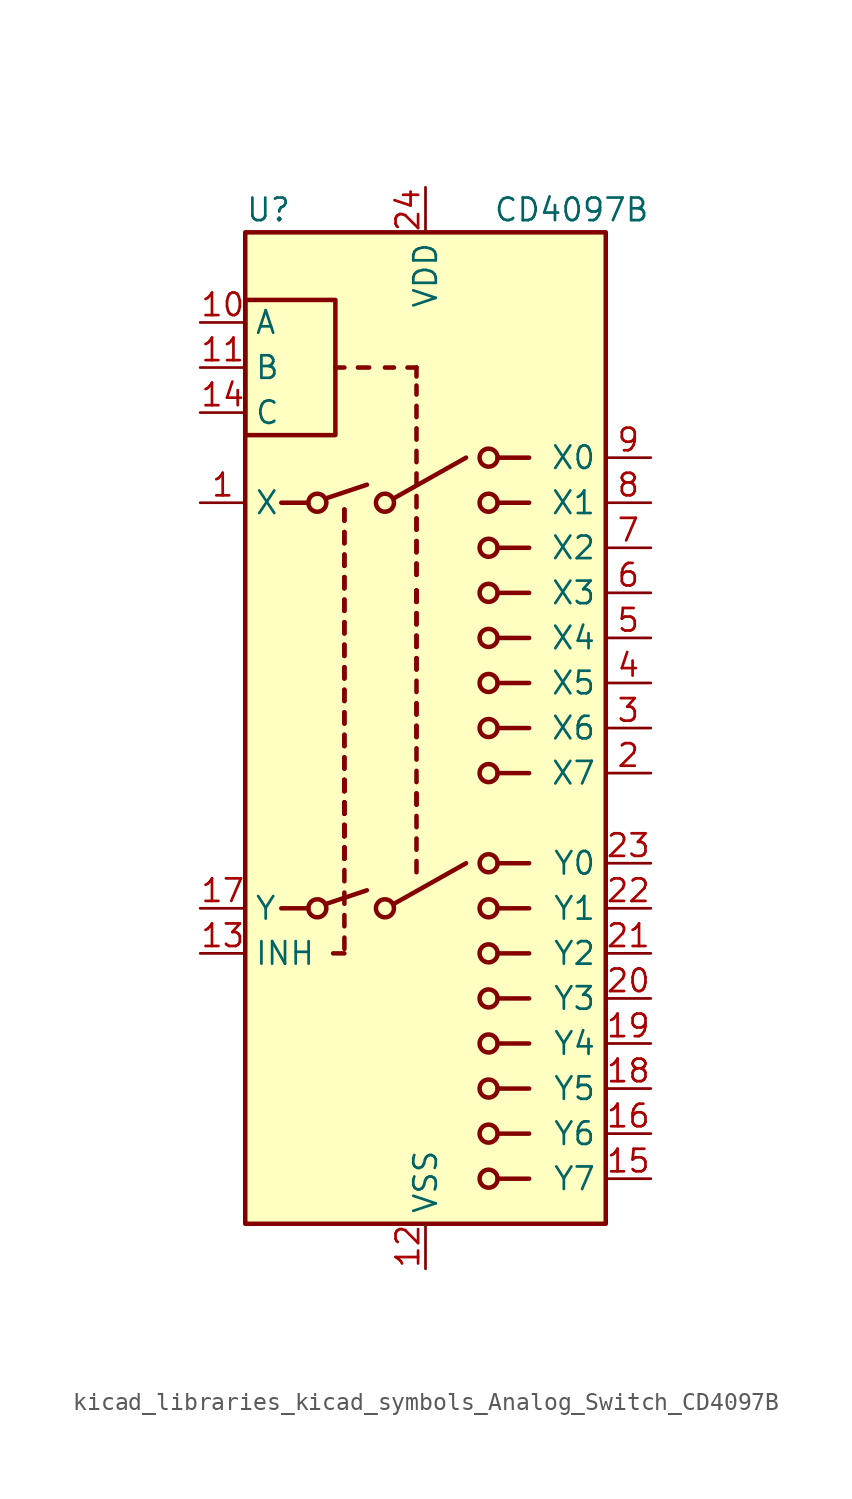
<source format=kicad_sym>
(kicad_symbol_lib
  (version 20220914)
  (generator kicad_symbol_editor)
  (symbol "kicad_libraries_kicad_symbols_Analog_Switch_CD4097B"
    (property "Reference" "U"
      (at -10.16 29.21 0)
      (effects (font (size 1.27 1.27)) (justify left)))
    (property "Value" "CD4097B"
      (at 3.81 29.21 0)
      (effects (font (size 1.27 1.27)) (justify left)))
    (symbol "kicad_libraries_kicad_symbols_Analog_Switch_CD4097B_0_1"
      (rectangle (start -10.16 24.13) (end -5.08 16.51) (stroke (width 0.254) (type default)) (fill (type none)))
      (rectangle (start -10.16 27.94) (end 10.16 -27.94) (stroke (width 0.254) (type default)) (fill (type background)))
      (circle (center -6.096 -10.16) (radius 0.508) (stroke (width 0.254) (type default)) (fill (type none)))
      (circle (center -6.096 12.7) (radius 0.508) (stroke (width 0.254) (type default)) (fill (type none)))
      (circle (center -2.286 -10.16) (radius 0.508) (stroke (width 0.254) (type default)) (fill (type none)))
      (circle (center -2.286 12.7) (radius 0.508) (stroke (width 0.254) (type default)) (fill (type none)))
      (polyline (pts (xy -8.128 -10.16) (xy -6.604 -10.16)) (stroke (width 0.254) (type default)) (fill (type none)))
      (polyline (pts (xy -8.128 12.7) (xy -6.604 12.7)) (stroke (width 0.254) (type default)) (fill (type none)))
      (polyline (pts (xy -5.588 -9.906) (xy -3.302 -9.144)) (stroke (width 0.254) (type default)) (fill (type none)))
      (polyline (pts (xy -5.588 12.954) (xy -3.302 13.716)) (stroke (width 0.254) (type default)) (fill (type none)))
      (polyline (pts (xy -4.572 -12.7) (xy -5.207 -12.7)) (stroke (width 0.254) (type default)) (fill (type none)))
      (polyline (pts (xy -4.572 -12.446) (xy -4.572 -11.811)) (stroke (width 0.254) (type default)) (fill (type none)))
      (polyline (pts (xy -4.572 -11.176) (xy -4.572 -10.541)) (stroke (width 0.254) (type default)) (fill (type none)))
      (polyline (pts (xy -4.572 -7.366) (xy -4.572 -6.731)) (stroke (width 0.254) (type default)) (fill (type none)))
      (polyline (pts (xy -4.572 -7.366) (xy -4.572 -6.731)) (stroke (width 0.254) (type default)) (fill (type none)))
      (polyline (pts (xy -4.572 -7.366) (xy -4.572 -6.731)) (stroke (width 0.254) (type default)) (fill (type none)))
      (polyline (pts (xy -4.572 -7.366) (xy -4.572 -6.731)) (stroke (width 0.254) (type default)) (fill (type none)))
      (polyline (pts (xy -4.572 -6.096) (xy -4.572 -5.461)) (stroke (width 0.254) (type default)) (fill (type none)))
      (polyline (pts (xy -4.572 -6.096) (xy -4.572 -5.461)) (stroke (width 0.254) (type default)) (fill (type none)))
      (polyline (pts (xy -4.572 -6.096) (xy -4.572 -5.461)) (stroke (width 0.254) (type default)) (fill (type none)))
      (polyline (pts (xy -4.572 -6.096) (xy -4.572 -5.461)) (stroke (width 0.254) (type default)) (fill (type none)))
      (polyline (pts (xy -4.572 -4.826) (xy -4.572 -4.191)) (stroke (width 0.254) (type default)) (fill (type none)))
      (polyline (pts (xy -4.572 -4.826) (xy -4.572 -4.191)) (stroke (width 0.254) (type default)) (fill (type none)))
      (polyline (pts (xy -4.572 -4.826) (xy -4.572 -4.191)) (stroke (width 0.254) (type default)) (fill (type none)))
      (polyline (pts (xy -4.572 -4.826) (xy -4.572 -4.191)) (stroke (width 0.254) (type default)) (fill (type none)))
      (polyline (pts (xy -4.572 -3.556) (xy -4.572 -2.921)) (stroke (width 0.254) (type default)) (fill (type none)))
      (polyline (pts (xy -4.572 -3.556) (xy -4.572 -2.921)) (stroke (width 0.254) (type default)) (fill (type none)))
      (polyline (pts (xy -4.572 -3.556) (xy -4.572 -2.921)) (stroke (width 0.254) (type default)) (fill (type none)))
      (polyline (pts (xy -4.572 -3.556) (xy -4.572 -2.921)) (stroke (width 0.254) (type default)) (fill (type none)))
      (polyline (pts (xy -4.572 -2.286) (xy -4.572 -1.651)) (stroke (width 0.254) (type default)) (fill (type none)))
      (polyline (pts (xy -4.572 -2.286) (xy -4.572 -1.651)) (stroke (width 0.254) (type default)) (fill (type none)))
      (polyline (pts (xy -4.572 -1.016) (xy -4.572 -0.381)) (stroke (width 0.254) (type default)) (fill (type none)))
      (polyline (pts (xy -4.572 -1.016) (xy -4.572 -0.381)) (stroke (width 0.254) (type default)) (fill (type none)))
      (polyline (pts (xy -4.572 0.254) (xy -4.572 0.889)) (stroke (width 0.254) (type default)) (fill (type none)))
      (polyline (pts (xy -4.572 0.254) (xy -4.572 0.889)) (stroke (width 0.254) (type default)) (fill (type none)))
      (polyline (pts (xy -4.572 1.524) (xy -4.572 2.159)) (stroke (width 0.254) (type default)) (fill (type none)))
      (polyline (pts (xy -4.572 1.524) (xy -4.572 2.159)) (stroke (width 0.254) (type default)) (fill (type none)))
      (polyline (pts (xy -4.572 2.794) (xy -4.572 3.429)) (stroke (width 0.254) (type default)) (fill (type none)))
      (polyline (pts (xy -4.572 2.794) (xy -4.572 3.429)) (stroke (width 0.254) (type default)) (fill (type none)))
      (polyline (pts (xy -4.572 4.064) (xy -4.572 4.699)) (stroke (width 0.254) (type default)) (fill (type none)))
      (polyline (pts (xy -4.572 4.064) (xy -4.572 4.699)) (stroke (width 0.254) (type default)) (fill (type none)))
      (polyline (pts (xy -4.572 5.334) (xy -4.572 5.969)) (stroke (width 0.254) (type default)) (fill (type none)))
      (polyline (pts (xy -4.572 5.334) (xy -4.572 5.969)) (stroke (width 0.254) (type default)) (fill (type none)))
      (polyline (pts (xy -4.572 6.604) (xy -4.572 7.239)) (stroke (width 0.254) (type default)) (fill (type none)))
      (polyline (pts (xy -4.572 6.604) (xy -4.572 7.239)) (stroke (width 0.254) (type default)) (fill (type none)))
      (polyline (pts (xy -4.572 7.874) (xy -4.572 8.509)) (stroke (width 0.254) (type default)) (fill (type none)))
      (polyline (pts (xy -4.572 7.874) (xy -4.572 8.509)) (stroke (width 0.254) (type default)) (fill (type none)))
      (polyline (pts (xy -4.572 9.144) (xy -4.572 9.779)) (stroke (width 0.254) (type default)) (fill (type none)))
      (polyline (pts (xy -4.572 9.144) (xy -4.572 9.779)) (stroke (width 0.254) (type default)) (fill (type none)))
      (polyline (pts (xy -4.572 10.414) (xy -4.572 11.049)) (stroke (width 0.254) (type default)) (fill (type none)))
      (polyline (pts (xy -4.572 10.414) (xy -4.572 11.049)) (stroke (width 0.254) (type default)) (fill (type none)))
      (polyline (pts (xy -4.572 11.684) (xy -4.572 12.319)) (stroke (width 0.254) (type default)) (fill (type none)))
      (polyline (pts (xy -4.572 11.684) (xy -4.572 12.319)) (stroke (width 0.254) (type default)) (fill (type none)))
      (polyline (pts (xy -4.572 20.32) (xy -5.08 20.32)) (stroke (width 0.254) (type default)) (fill (type none)))
      (polyline (pts (xy -3.81 20.32) (xy -3.175 20.32)) (stroke (width 0.254) (type default)) (fill (type none)))
      (polyline (pts (xy -1.778 -9.906) (xy 2.286 -7.62)) (stroke (width 0.254) (type default)) (fill (type none)))
      (polyline (pts (xy -1.778 12.954) (xy 2.286 15.24)) (stroke (width 0.254) (type default)) (fill (type none)))
      (polyline (pts (xy -1.778 20.32) (xy -2.286 20.32)) (stroke (width 0.254) (type default)) (fill (type none)))
      (polyline (pts (xy -0.508 -4.318) (xy -0.508 -3.683)) (stroke (width 0.254) (type default)) (fill (type none)))
      (polyline (pts (xy -0.508 -4.318) (xy -0.508 -3.683)) (stroke (width 0.254) (type default)) (fill (type none)))
      (polyline (pts (xy -0.508 -3.048) (xy -0.508 -2.413)) (stroke (width 0.254) (type default)) (fill (type none)))
      (polyline (pts (xy -0.508 -1.778) (xy -0.508 -1.143)) (stroke (width 0.254) (type default)) (fill (type none)))
      (polyline (pts (xy -0.508 -0.508) (xy -0.508 0.127)) (stroke (width 0.254) (type default)) (fill (type none)))
      (polyline (pts (xy -0.508 -0.508) (xy -0.508 0.127)) (stroke (width 0.254) (type default)) (fill (type none)))
      (polyline (pts (xy -0.508 0.762) (xy -0.508 1.397)) (stroke (width 0.254) (type default)) (fill (type none)))
      (polyline (pts (xy -0.508 0.762) (xy -0.508 1.397)) (stroke (width 0.254) (type default)) (fill (type none)))
      (polyline (pts (xy -0.508 2.032) (xy -0.508 2.667)) (stroke (width 0.254) (type default)) (fill (type none)))
      (polyline (pts (xy -0.508 3.302) (xy -0.508 3.937)) (stroke (width 0.254) (type default)) (fill (type none)))
      (polyline (pts (xy -0.508 3.302) (xy -0.508 3.937)) (stroke (width 0.254) (type default)) (fill (type none)))
      (polyline (pts (xy -0.508 4.572) (xy -0.508 5.207)) (stroke (width 0.254) (type default)) (fill (type none)))
      (polyline (pts (xy -0.508 4.572) (xy -0.508 5.207)) (stroke (width 0.254) (type default)) (fill (type none)))
      (polyline (pts (xy -0.508 5.842) (xy -0.508 6.477)) (stroke (width 0.254) (type default)) (fill (type none)))
      (polyline (pts (xy -0.508 5.842) (xy -0.508 6.477)) (stroke (width 0.254) (type default)) (fill (type none)))
      (polyline (pts (xy -0.508 7.112) (xy -0.508 7.747)) (stroke (width 0.254) (type default)) (fill (type none)))
      (polyline (pts (xy -0.508 7.112) (xy -0.508 7.747)) (stroke (width 0.254) (type default)) (fill (type none)))
      (polyline (pts (xy -0.508 7.112) (xy -0.508 7.747)) (stroke (width 0.254) (type default)) (fill (type none)))
      (polyline (pts (xy -0.508 7.112) (xy -0.508 7.747)) (stroke (width 0.254) (type default)) (fill (type none)))
      (polyline (pts (xy -0.508 8.636) (xy -0.508 9.271)) (stroke (width 0.254) (type default)) (fill (type none)))
      (polyline (pts (xy -0.508 8.636) (xy -0.508 9.271)) (stroke (width 0.254) (type default)) (fill (type none)))
      (polyline (pts (xy -0.508 9.906) (xy -0.508 10.541)) (stroke (width 0.254) (type default)) (fill (type none)))
      (polyline (pts (xy -0.508 9.906) (xy -0.508 10.541)) (stroke (width 0.254) (type default)) (fill (type none)))
      (polyline (pts (xy -0.508 11.176) (xy -0.508 11.811)) (stroke (width 0.254) (type default)) (fill (type none)))
      (polyline (pts (xy -0.508 11.176) (xy -0.508 11.811)) (stroke (width 0.254) (type default)) (fill (type none)))
      (polyline (pts (xy -0.508 12.446) (xy -0.508 13.081)) (stroke (width 0.254) (type default)) (fill (type none)))
      (polyline (pts (xy -0.508 13.716) (xy -0.508 14.351)) (stroke (width 0.254) (type default)) (fill (type none)))
      (polyline (pts (xy -0.508 18.796) (xy -0.508 19.304)) (stroke (width 0.254) (type default)) (fill (type none)))
      (polyline (pts (xy -0.508 19.812) (xy -0.508 20.32)) (stroke (width 0.254) (type default)) (fill (type none)))
      (polyline (pts (xy -0.508 20.32) (xy -1.016 20.32)) (stroke (width 0.254) (type default)) (fill (type none)))
      (polyline (pts (xy 4.064 -25.4) (xy 5.842 -25.4)) (stroke (width 0.254) (type default)) (fill (type none)))
      (polyline (pts (xy 4.064 -15.24) (xy 5.842 -15.24)) (stroke (width 0.254) (type default)) (fill (type none)))
      (polyline (pts (xy 4.064 -12.7) (xy 5.842 -12.7)) (stroke (width 0.254) (type default)) (fill (type none)))
      (polyline (pts (xy 4.064 -10.16) (xy 5.842 -10.16)) (stroke (width 0.254) (type default)) (fill (type none)))
      (polyline (pts (xy 4.064 -7.62) (xy 5.842 -7.62)) (stroke (width 0.254) (type default)) (fill (type none)))
      (polyline (pts (xy 4.064 7.62) (xy 5.842 7.62)) (stroke (width 0.254) (type default)) (fill (type none)))
      (polyline (pts (xy 4.064 10.16) (xy 5.842 10.16)) (stroke (width 0.254) (type default)) (fill (type none)))
      (polyline (pts (xy 4.064 12.7) (xy 5.842 12.7)) (stroke (width 0.254) (type default)) (fill (type none)))
      (polyline (pts (xy 4.064 15.24) (xy 5.842 15.24)) (stroke (width 0.254) (type default)) (fill (type none)))
      (circle (center 3.556 -25.4) (radius 0.508) (stroke (width 0.254) (type default)) (fill (type none)))
      (circle (center 3.556 -15.24) (radius 0.508) (stroke (width 0.254) (type default)) (fill (type none)))
      (circle (center 3.556 -12.7) (radius 0.508) (stroke (width 0.254) (type default)) (fill (type none)))
      (circle (center 3.556 -10.16) (radius 0.508) (stroke (width 0.254) (type default)) (fill (type none)))
      (circle (center 3.556 -7.62) (radius 0.508) (stroke (width 0.254) (type default)) (fill (type none)))
      (circle (center 3.556 7.62) (radius 0.508) (stroke (width 0.254) (type default)) (fill (type none)))
      (circle (center 3.556 10.16) (radius 0.508) (stroke (width 0.254) (type default)) (fill (type none)))
      (circle (center 3.556 12.7) (radius 0.508) (stroke (width 0.254) (type default)) (fill (type none)))
      (circle (center 3.556 15.24) (radius 0.508) (stroke (width 0.254) (type default)) (fill (type none))))
    (symbol "kicad_libraries_kicad_symbols_Analog_Switch_CD4097B_1_1"
      (polyline (pts (xy -4.572 -9.906) (xy -4.572 -9.271)) (stroke (width 0.254) (type default)) (fill (type none)))
      (polyline (pts (xy -4.572 -8.636) (xy -4.572 -8.001)) (stroke (width 0.254) (type default)) (fill (type none)))
      (polyline (pts (xy -0.508 -8.128) (xy -0.508 -7.493)) (stroke (width 0.254) (type default)) (fill (type none)))
      (polyline (pts (xy -0.508 -6.858) (xy -0.508 -6.223)) (stroke (width 0.254) (type default)) (fill (type none)))
      (polyline (pts (xy -0.508 -5.588) (xy -0.508 -4.953)) (stroke (width 0.254) (type default)) (fill (type none)))
      (polyline (pts (xy -0.508 14.986) (xy -0.508 15.621)) (stroke (width 0.254) (type default)) (fill (type none)))
      (polyline (pts (xy -0.508 16.256) (xy -0.508 16.891)) (stroke (width 0.254) (type default)) (fill (type none)))
      (polyline (pts (xy -0.508 17.526) (xy -0.508 18.161)) (stroke (width 0.254) (type default)) (fill (type none)))
      (polyline (pts (xy 4.064 -22.86) (xy 5.842 -22.86)) (stroke (width 0.254) (type default)) (fill (type none)))
      (polyline (pts (xy 4.064 -20.32) (xy 5.842 -20.32)) (stroke (width 0.254) (type default)) (fill (type none)))
      (polyline (pts (xy 4.064 -17.78) (xy 5.842 -17.78)) (stroke (width 0.254) (type default)) (fill (type none)))
      (polyline (pts (xy 4.064 -2.54) (xy 5.842 -2.54)) (stroke (width 0.254) (type default)) (fill (type none)))
      (polyline (pts (xy 4.064 0) (xy 5.842 0)) (stroke (width 0.254) (type default)) (fill (type none)))
      (polyline (pts (xy 4.064 2.54) (xy 5.842 2.54)) (stroke (width 0.254) (type default)) (fill (type none)))
      (polyline (pts (xy 4.064 5.08) (xy 5.842 5.08)) (stroke (width 0.254) (type default)) (fill (type none)))
      (circle (center 3.556 -22.86) (radius 0.508) (stroke (width 0.254) (type default)) (fill (type none)))
      (circle (center 3.556 -20.32) (radius 0.508) (stroke (width 0.254) (type default)) (fill (type none)))
      (circle (center 3.556 -17.78) (radius 0.508) (stroke (width 0.254) (type default)) (fill (type none)))
      (circle (center 3.556 -2.54) (radius 0.508) (stroke (width 0.254) (type default)) (fill (type none)))
      (circle (center 3.556 0) (radius 0.508) (stroke (width 0.254) (type default)) (fill (type none)))
      (circle (center 3.556 2.54) (radius 0.508) (stroke (width 0.254) (type default)) (fill (type none)))
      (circle (center 3.556 5.08) (radius 0.508) (stroke (width 0.254) (type default)) (fill (type none)))
      (pin bidirectional line (at -12.7 12.7 0) (length 2.54) (name "X" (effects (font (size 1.27 1.27)))) (number "1" (effects (font (size 1.27 1.27)))))
      (pin input line (at -12.7 22.86 0) (length 2.54) (name "A" (effects (font (size 1.27 1.27)))) (number "10" (effects (font (size 1.27 1.27)))))
      (pin input line (at -12.7 20.32 0) (length 2.54) (name "B" (effects (font (size 1.27 1.27)))) (number "11" (effects (font (size 1.27 1.27)))))
      (pin power_in line (at 0 -30.48 90) (length 2.54) (name "VSS" (effects (font (size 1.27 1.27)))) (number "12" (effects (font (size 1.27 1.27)))))
      (pin input line (at -12.7 -12.7 0) (length 2.54) (name "INH" (effects (font (size 1.27 1.27)))) (number "13" (effects (font (size 1.27 1.27)))))
      (pin input line (at -12.7 17.78 0) (length 2.54) (name "C" (effects (font (size 1.27 1.27)))) (number "14" (effects (font (size 1.27 1.27)))))
      (pin bidirectional line (at 12.7 -25.4 180) (length 2.54) (name "Y7" (effects (font (size 1.27 1.27)))) (number "15" (effects (font (size 1.27 1.27)))))
      (pin bidirectional line (at 12.7 -22.86 180) (length 2.54) (name "Y6" (effects (font (size 1.27 1.27)))) (number "16" (effects (font (size 1.27 1.27)))))
      (pin bidirectional line (at -12.7 -10.16 0) (length 2.54) (name "Y" (effects (font (size 1.27 1.27)))) (number "17" (effects (font (size 1.27 1.27)))))
      (pin bidirectional line (at 12.7 -20.32 180) (length 2.54) (name "Y5" (effects (font (size 1.27 1.27)))) (number "18" (effects (font (size 1.27 1.27)))))
      (pin bidirectional line (at 12.7 -17.78 180) (length 2.54) (name "Y4" (effects (font (size 1.27 1.27)))) (number "19" (effects (font (size 1.27 1.27)))))
      (pin bidirectional line (at 12.7 -2.54 180) (length 2.54) (name "X7" (effects (font (size 1.27 1.27)))) (number "2" (effects (font (size 1.27 1.27)))))
      (pin bidirectional line (at 12.7 -15.24 180) (length 2.54) (name "Y3" (effects (font (size 1.27 1.27)))) (number "20" (effects (font (size 1.27 1.27)))))
      (pin bidirectional line (at 12.7 -12.7 180) (length 2.54) (name "Y2" (effects (font (size 1.27 1.27)))) (number "21" (effects (font (size 1.27 1.27)))))
      (pin bidirectional line (at 12.7 -10.16 180) (length 2.54) (name "Y1" (effects (font (size 1.27 1.27)))) (number "22" (effects (font (size 1.27 1.27)))))
      (pin bidirectional line (at 12.7 -7.62 180) (length 2.54) (name "Y0" (effects (font (size 1.27 1.27)))) (number "23" (effects (font (size 1.27 1.27)))))
      (pin power_in line (at 0 30.48 270) (length 2.54) (name "VDD" (effects (font (size 1.27 1.27)))) (number "24" (effects (font (size 1.27 1.27)))))
      (pin bidirectional line (at 12.7 0 180) (length 2.54) (name "X6" (effects (font (size 1.27 1.27)))) (number "3" (effects (font (size 1.27 1.27)))))
      (pin bidirectional line (at 12.7 2.54 180) (length 2.54) (name "X5" (effects (font (size 1.27 1.27)))) (number "4" (effects (font (size 1.27 1.27)))))
      (pin bidirectional line (at 12.7 5.08 180) (length 2.54) (name "X4" (effects (font (size 1.27 1.27)))) (number "5" (effects (font (size 1.27 1.27)))))
      (pin bidirectional line (at 12.7 7.62 180) (length 2.54) (name "X3" (effects (font (size 1.27 1.27)))) (number "6" (effects (font (size 1.27 1.27)))))
      (pin bidirectional line (at 12.7 10.16 180) (length 2.54) (name "X2" (effects (font (size 1.27 1.27)))) (number "7" (effects (font (size 1.27 1.27)))))
      (pin bidirectional line (at 12.7 12.7 180) (length 2.54) (name "X1" (effects (font (size 1.27 1.27)))) (number "8" (effects (font (size 1.27 1.27)))))
      (pin bidirectional line (at 12.7 15.24 180) (length 2.54) (name "X0" (effects (font (size 1.27 1.27)))) (number "9" (effects (font (size 1.27 1.27))))))))
</source>
